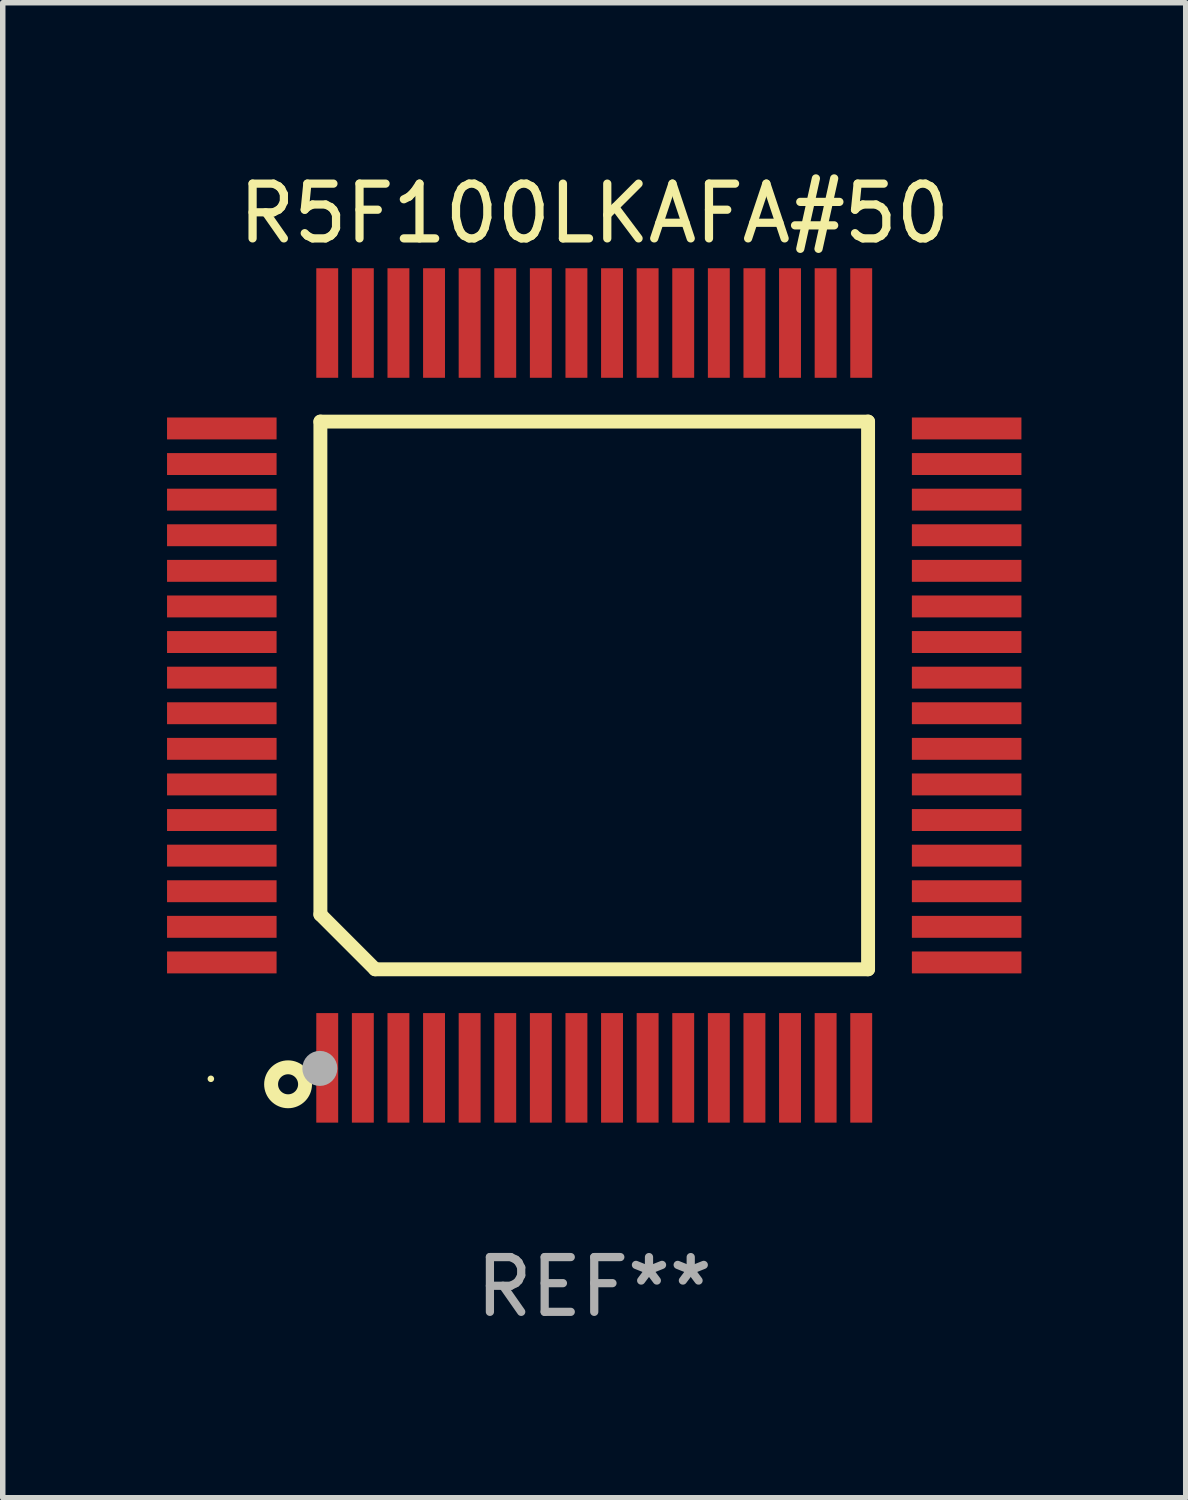
<source format=kicad_pcb>
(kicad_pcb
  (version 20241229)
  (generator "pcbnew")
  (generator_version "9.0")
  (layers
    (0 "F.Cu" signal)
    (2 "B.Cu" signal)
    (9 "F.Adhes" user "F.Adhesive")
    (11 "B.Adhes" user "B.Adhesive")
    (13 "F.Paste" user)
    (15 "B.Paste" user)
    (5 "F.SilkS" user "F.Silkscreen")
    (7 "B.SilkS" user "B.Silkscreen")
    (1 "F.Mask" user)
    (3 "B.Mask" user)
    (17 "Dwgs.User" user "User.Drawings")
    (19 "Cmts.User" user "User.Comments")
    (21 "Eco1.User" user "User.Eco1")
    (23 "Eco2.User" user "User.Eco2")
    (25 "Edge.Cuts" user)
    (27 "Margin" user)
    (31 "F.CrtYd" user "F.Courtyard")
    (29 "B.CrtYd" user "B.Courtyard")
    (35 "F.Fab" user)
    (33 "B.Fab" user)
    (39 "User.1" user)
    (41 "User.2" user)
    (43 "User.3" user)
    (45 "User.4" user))
  (footprint "R5F100LKAFA#50"
    (layer "F.Cu")
    (at 7.8 9.648)
    (property "Reference" "R5F100LKAFA#50" (at 0 -8.8 0) (layer "F.SilkS") (effects (font (size 1 1) (thickness 0.15))))
    (attr through_hole)
    (fp_line (start -5 -5) (end 5 -5) (stroke (width 0.254) (type solid)) (layer "F.SilkS"))
    (fp_line (start -5 4) (end -5 -5) (stroke (width 0.254) (type solid)) (layer "F.SilkS"))
    (fp_line (start -4 5) (end -5 4) (stroke (width 0.254) (type solid)) (layer "F.SilkS"))
    (fp_line (start 5 -5) (end 5 5) (stroke (width 0.254) (type solid)) (layer "F.SilkS"))
    (fp_line (start 5 5) (end -4 5) (stroke (width 0.254) (type solid)) (layer "F.SilkS"))
    (fp_circle (center -7 7) (end -6.97 7) (stroke (width 0.06) (type solid)) (fill no) (layer "F.SilkS"))
    (fp_circle (center -5.59 7.1) (end -5.28 7.1) (stroke (width 0.254) (type solid)) (fill no) (layer "F.SilkS"))
    (fp_circle (center -5.01 6.81) (end -4.85 6.81) (stroke (width 0.32) (type solid)) (fill no) (layer "F.Fab"))
    (fp_text user "REF**" (at 0 10.8 0) (layer "F.Fab") (effects (font (size 1 1) (thickness 0.15))))
    (pad "1" smd rect (at -4.875 6.8) (size 0.4 2) (layers "F.Cu" "F.Mask" "F.Paste"))
    (pad "2" smd rect (at -4.225 6.8) (size 0.4 2) (layers "F.Cu" "F.Mask" "F.Paste"))
    (pad "3" smd rect (at -3.575 6.8) (size 0.4 2) (layers "F.Cu" "F.Mask" "F.Paste"))
    (pad "4" smd rect (at -2.925 6.8) (size 0.4 2) (layers "F.Cu" "F.Mask" "F.Paste"))
    (pad "5" smd rect (at -2.275 6.8) (size 0.4 2) (layers "F.Cu" "F.Mask" "F.Paste"))
    (pad "6" smd rect (at -1.625 6.8) (size 0.4 2) (layers "F.Cu" "F.Mask" "F.Paste"))
    (pad "7" smd rect (at -0.975 6.8) (size 0.4 2) (layers "F.Cu" "F.Mask" "F.Paste"))
    (pad "8" smd rect (at -0.325 6.8) (size 0.4 2) (layers "F.Cu" "F.Mask" "F.Paste"))
    (pad "9" smd rect (at 0.325 6.8) (size 0.4 2) (layers "F.Cu" "F.Mask" "F.Paste"))
    (pad "10" smd rect (at 0.975 6.8) (size 0.4 2) (layers "F.Cu" "F.Mask" "F.Paste"))
    (pad "11" smd rect (at 1.625 6.8) (size 0.4 2) (layers "F.Cu" "F.Mask" "F.Paste"))
    (pad "12" smd rect (at 2.275 6.8) (size 0.4 2) (layers "F.Cu" "F.Mask" "F.Paste"))
    (pad "13" smd rect (at 2.925 6.8) (size 0.4 2) (layers "F.Cu" "F.Mask" "F.Paste"))
    (pad "14" smd rect (at 3.575 6.8) (size 0.4 2) (layers "F.Cu" "F.Mask" "F.Paste"))
    (pad "15" smd rect (at 4.225 6.8) (size 0.4 2) (layers "F.Cu" "F.Mask" "F.Paste"))
    (pad "16" smd rect (at 4.875 6.8) (size 0.4 2) (layers "F.Cu" "F.Mask" "F.Paste"))
    (pad "17" smd rect (at 6.8 4.875) (size 2 0.4) (layers "F.Cu" "F.Mask" "F.Paste"))
    (pad "18" smd rect (at 6.8 4.225) (size 2 0.4) (layers "F.Cu" "F.Mask" "F.Paste"))
    (pad "19" smd rect (at 6.8 3.575) (size 2 0.4) (layers "F.Cu" "F.Mask" "F.Paste"))
    (pad "20" smd rect (at 6.8 2.925) (size 2 0.4) (layers "F.Cu" "F.Mask" "F.Paste"))
    (pad "21" smd rect (at 6.8 2.275) (size 2 0.4) (layers "F.Cu" "F.Mask" "F.Paste"))
    (pad "22" smd rect (at 6.8 1.625) (size 2 0.4) (layers "F.Cu" "F.Mask" "F.Paste"))
    (pad "23" smd rect (at 6.8 0.975) (size 2 0.4) (layers "F.Cu" "F.Mask" "F.Paste"))
    (pad "24" smd rect (at 6.8 0.325) (size 2 0.4) (layers "F.Cu" "F.Mask" "F.Paste"))
    (pad "25" smd rect (at 6.8 -0.325) (size 2 0.4) (layers "F.Cu" "F.Mask" "F.Paste"))
    (pad "26" smd rect (at 6.8 -0.975) (size 2 0.4) (layers "F.Cu" "F.Mask" "F.Paste"))
    (pad "27" smd rect (at 6.8 -1.625) (size 2 0.4) (layers "F.Cu" "F.Mask" "F.Paste"))
    (pad "28" smd rect (at 6.8 -2.275) (size 2 0.4) (layers "F.Cu" "F.Mask" "F.Paste"))
    (pad "29" smd rect (at 6.8 -2.925) (size 2 0.4) (layers "F.Cu" "F.Mask" "F.Paste"))
    (pad "30" smd rect (at 6.8 -3.575) (size 2 0.4) (layers "F.Cu" "F.Mask" "F.Paste"))
    (pad "31" smd rect (at 6.8 -4.225) (size 2 0.4) (layers "F.Cu" "F.Mask" "F.Paste"))
    (pad "32" smd rect (at 6.8 -4.875) (size 2 0.4) (layers "F.Cu" "F.Mask" "F.Paste"))
    (pad "33" smd rect (at 4.875 -6.8) (size 0.4 2) (layers "F.Cu" "F.Mask" "F.Paste"))
    (pad "34" smd rect (at 4.225 -6.8) (size 0.4 2) (layers "F.Cu" "F.Mask" "F.Paste"))
    (pad "35" smd rect (at 3.575 -6.8) (size 0.4 2) (layers "F.Cu" "F.Mask" "F.Paste"))
    (pad "36" smd rect (at 2.925 -6.8) (size 0.4 2) (layers "F.Cu" "F.Mask" "F.Paste"))
    (pad "37" smd rect (at 2.275 -6.8) (size 0.4 2) (layers "F.Cu" "F.Mask" "F.Paste"))
    (pad "38" smd rect (at 1.625 -6.8) (size 0.4 2) (layers "F.Cu" "F.Mask" "F.Paste"))
    (pad "39" smd rect (at 0.975 -6.8) (size 0.4 2) (layers "F.Cu" "F.Mask" "F.Paste"))
    (pad "40" smd rect (at 0.325 -6.8) (size 0.4 2) (layers "F.Cu" "F.Mask" "F.Paste"))
    (pad "41" smd rect (at -0.325 -6.8) (size 0.4 2) (layers "F.Cu" "F.Mask" "F.Paste"))
    (pad "42" smd rect (at -0.975 -6.8) (size 0.4 2) (layers "F.Cu" "F.Mask" "F.Paste"))
    (pad "43" smd rect (at -1.625 -6.8) (size 0.4 2) (layers "F.Cu" "F.Mask" "F.Paste"))
    (pad "44" smd rect (at -2.275 -6.8) (size 0.4 2) (layers "F.Cu" "F.Mask" "F.Paste"))
    (pad "45" smd rect (at -2.925 -6.8) (size 0.4 2) (layers "F.Cu" "F.Mask" "F.Paste"))
    (pad "46" smd rect (at -3.575 -6.8) (size 0.4 2) (layers "F.Cu" "F.Mask" "F.Paste"))
    (pad "47" smd rect (at -4.225 -6.8) (size 0.4 2) (layers "F.Cu" "F.Mask" "F.Paste"))
    (pad "48" smd rect (at -4.875 -6.8) (size 0.4 2) (layers "F.Cu" "F.Mask" "F.Paste"))
    (pad "49" smd rect (at -6.8 -4.875) (size 2 0.4) (layers "F.Cu" "F.Mask" "F.Paste"))
    (pad "50" smd rect (at -6.8 -4.225) (size 2 0.4) (layers "F.Cu" "F.Mask" "F.Paste"))
    (pad "51" smd rect (at -6.8 -3.575) (size 2 0.4) (layers "F.Cu" "F.Mask" "F.Paste"))
    (pad "52" smd rect (at -6.8 -2.925) (size 2 0.4) (layers "F.Cu" "F.Mask" "F.Paste"))
    (pad "53" smd rect (at -6.8 -2.275) (size 2 0.4) (layers "F.Cu" "F.Mask" "F.Paste"))
    (pad "54" smd rect (at -6.8 -1.625) (size 2 0.4) (layers "F.Cu" "F.Mask" "F.Paste"))
    (pad "55" smd rect (at -6.8 -0.975) (size 2 0.4) (layers "F.Cu" "F.Mask" "F.Paste"))
    (pad "56" smd rect (at -6.8 -0.325) (size 2 0.4) (layers "F.Cu" "F.Mask" "F.Paste"))
    (pad "57" smd rect (at -6.8 0.325) (size 2 0.4) (layers "F.Cu" "F.Mask" "F.Paste"))
    (pad "58" smd rect (at -6.8 0.975) (size 2 0.4) (layers "F.Cu" "F.Mask" "F.Paste"))
    (pad "59" smd rect (at -6.8 1.625) (size 2 0.4) (layers "F.Cu" "F.Mask" "F.Paste"))
    (pad "60" smd rect (at -6.8 2.275) (size 2 0.4) (layers "F.Cu" "F.Mask" "F.Paste"))
    (pad "61" smd rect (at -6.8 2.925) (size 2 0.4) (layers "F.Cu" "F.Mask" "F.Paste"))
    (pad "62" smd rect (at -6.8 3.575) (size 2 0.4) (layers "F.Cu" "F.Mask" "F.Paste"))
    (pad "63" smd rect (at -6.8 4.225) (size 2 0.4) (layers "F.Cu" "F.Mask" "F.Paste"))
    (pad "64" smd rect (at -6.8 4.875) (size 2 0.4) (layers "F.Cu" "F.Mask" "F.Paste")))
  (gr_rect
    (start -3 -3)
    (end 18.6 24.297)
    (stroke (width 0.1) (type default))
    (fill no)
    (layer "Edge.Cuts")))
</source>
